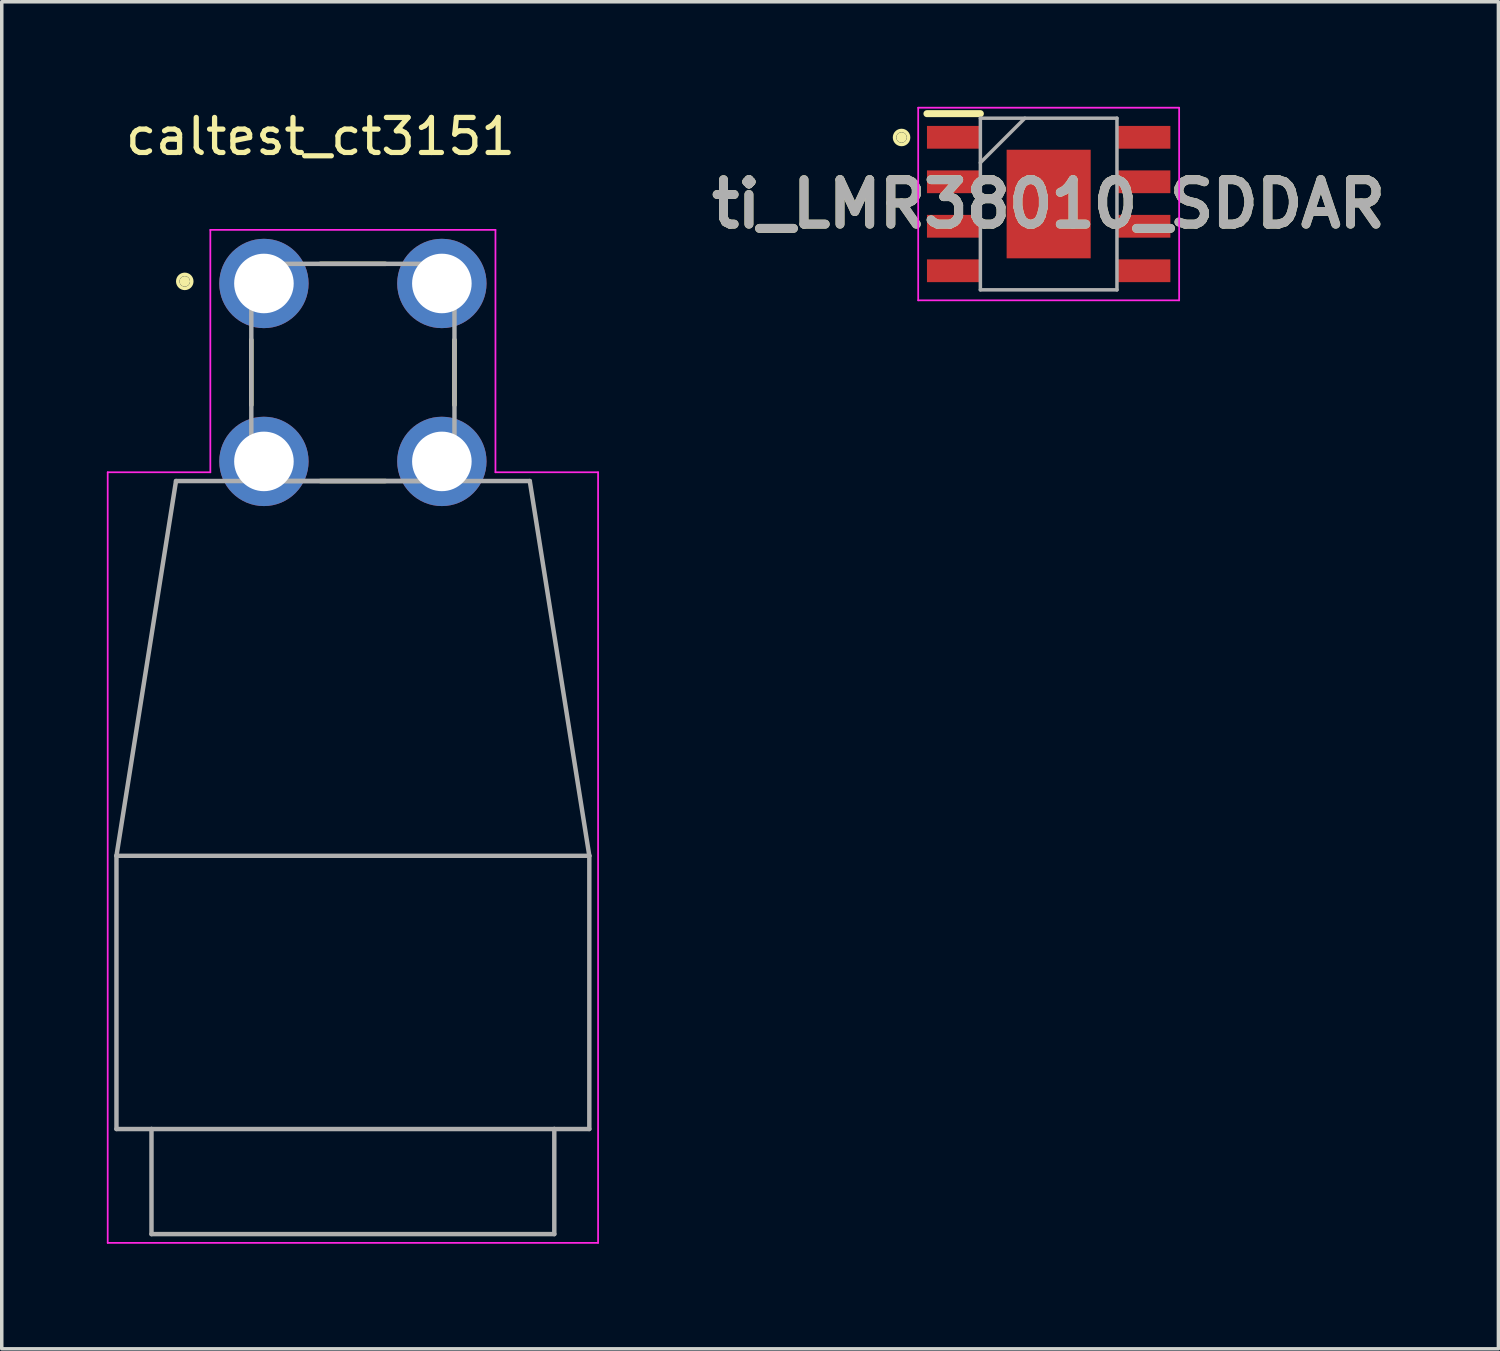
<source format=kicad_pcb>
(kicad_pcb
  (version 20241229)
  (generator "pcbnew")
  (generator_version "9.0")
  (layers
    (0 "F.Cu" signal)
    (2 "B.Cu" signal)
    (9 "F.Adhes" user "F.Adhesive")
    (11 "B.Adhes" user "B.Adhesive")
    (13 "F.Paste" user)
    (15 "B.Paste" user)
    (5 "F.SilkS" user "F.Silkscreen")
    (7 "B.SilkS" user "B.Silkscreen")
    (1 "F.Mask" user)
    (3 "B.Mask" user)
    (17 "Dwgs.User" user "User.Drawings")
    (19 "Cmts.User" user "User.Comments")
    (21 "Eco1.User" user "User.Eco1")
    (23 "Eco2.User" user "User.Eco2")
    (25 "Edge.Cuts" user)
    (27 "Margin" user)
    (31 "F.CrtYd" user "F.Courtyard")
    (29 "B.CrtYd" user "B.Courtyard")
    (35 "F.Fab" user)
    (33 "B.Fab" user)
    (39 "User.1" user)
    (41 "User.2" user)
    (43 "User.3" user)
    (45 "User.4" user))
  (footprint "caltest_ct3151"
    (layer "F.Cu")
    (at 7.025 7.583)
    (property "Reference" "caltest_ct3151" (at -0.925 -6.735 0) (layer "F.SilkS") (effects (font (size 1 1) (thickness 0.15))))
    (attr through_hole)
    (fp_line (start -2.9 -0.93) (end -2.9 0.93) (stroke (width 0.127) (type solid)) (layer "F.SilkS"))
    (fp_line (start -0.93 -3.1) (end 0.93 -3.1) (stroke (width 0.127) (type solid)) (layer "F.SilkS"))
    (fp_line (start -0.93 3.1) (end 0.93 3.1) (stroke (width 0.127) (type solid)) (layer "F.SilkS"))
    (fp_line (start 2.9 -0.93) (end 2.9 0.93) (stroke (width 0.127) (type solid)) (layer "F.SilkS"))
    (fp_circle (center -4.8 -2.6) (end -4.8 -2.6) (stroke (width 0.1) (type default)) (fill no) (layer "F.SilkS"))
    (fp_circle (center -4.8 -2.6) (end -4.7 -2.6) (stroke (width 0.1) (type default)) (fill no) (layer "F.SilkS"))
    (fp_circle (center -4.8 -2.6) (end -4.6 -2.6) (stroke (width 0.1) (type default)) (fill no) (layer "F.SilkS"))
    (fp_line (start -7 2.85) (end -4.07 2.85) (stroke (width 0.05) (type solid)) (layer "F.CrtYd"))
    (fp_line (start -7 24.85) (end -7 2.85) (stroke (width 0.05) (type solid)) (layer "F.CrtYd"))
    (fp_line (start -4.07 -4.07) (end 4.07 -4.07) (stroke (width 0.05) (type solid)) (layer "F.CrtYd"))
    (fp_line (start -4.07 2.85) (end -4.07 -4.07) (stroke (width 0.05) (type solid)) (layer "F.CrtYd"))
    (fp_line (start 4.07 -4.07) (end 4.07 2.85) (stroke (width 0.05) (type solid)) (layer "F.CrtYd"))
    (fp_line (start 4.07 2.85) (end 7 2.85) (stroke (width 0.05) (type solid)) (layer "F.CrtYd"))
    (fp_line (start 7 2.85) (end 7 24.85) (stroke (width 0.05) (type solid)) (layer "F.CrtYd"))
    (fp_line (start 7 24.85) (end -7 24.85) (stroke (width 0.05) (type solid)) (layer "F.CrtYd"))
    (fp_line (start -6.75 13.8) (end -6.75 21.6) (stroke (width 0.127) (type solid)) (layer "F.Fab"))
    (fp_line (start -6.75 13.8) (end 6.75 13.8) (stroke (width 0.127) (type solid)) (layer "F.Fab"))
    (fp_line (start -6.75 21.6) (end -5.75 21.6) (stroke (width 0.127) (type solid)) (layer "F.Fab"))
    (fp_line (start -5.75 21.6) (end -5.75 24.6) (stroke (width 0.127) (type solid)) (layer "F.Fab"))
    (fp_line (start -5.75 21.6) (end 5.75 21.6) (stroke (width 0.127) (type solid)) (layer "F.Fab"))
    (fp_line (start -5.75 24.6) (end 5.75 24.6) (stroke (width 0.127) (type solid)) (layer "F.Fab"))
    (fp_line (start -5.05 3.1) (end -6.75 13.8) (stroke (width 0.127) (type solid)) (layer "F.Fab"))
    (fp_line (start -5.05 3.1) (end 5.05 3.1) (stroke (width 0.127) (type solid)) (layer "F.Fab"))
    (fp_line (start -2.9 -3.1) (end 2.9 -3.1) (stroke (width 0.127) (type solid)) (layer "F.Fab"))
    (fp_line (start -2.9 3.1) (end -2.9 -3.1) (stroke (width 0.127) (type solid)) (layer "F.Fab"))
    (fp_line (start 2.9 -3.1) (end 2.9 3.1) (stroke (width 0.127) (type solid)) (layer "F.Fab"))
    (fp_line (start 2.9 3.1) (end -2.9 3.1) (stroke (width 0.127) (type solid)) (layer "F.Fab"))
    (fp_line (start 5.05 3.1) (end 6.75 13.8) (stroke (width 0.127) (type solid)) (layer "F.Fab"))
    (fp_line (start 5.75 21.6) (end 6.75 21.6) (stroke (width 0.127) (type solid)) (layer "F.Fab"))
    (fp_line (start 5.75 24.6) (end 5.75 21.6) (stroke (width 0.127) (type solid)) (layer "F.Fab"))
    (fp_line (start 6.75 21.6) (end 6.75 13.8) (stroke (width 0.127) (type solid)) (layer "F.Fab"))
    (pad "1" thru_hole circle (at -2.54 -2.54) (size 2.55 2.55) (drill 1.7) (layers "*.Cu" "*.Mask"))
    (pad "2" thru_hole circle (at 2.54 -2.54) (size 2.55 2.55) (drill 1.7) (layers "*.Cu" "*.Mask"))
    (pad "3" thru_hole circle (at -2.54 2.54) (size 2.55 2.55) (drill 1.7) (layers "*.Cu" "*.Mask"))
    (pad "4" thru_hole circle (at 2.54 2.54) (size 2.55 2.55) (drill 1.7) (layers "*.Cu" "*.Mask")))
  (footprint "ti_LMR38010_SDDAR"
    (layer "F.Cu")
    (at 26.889 2.775)
    (property "Reference" "ti_LMR38010_SDDAR" (at 0 0 0) (layer "F.SilkS") (effects (font (size 1.27 1.27) (thickness 0.254))))
    (attr smd)
    (fp_line (start -3.475 -2.58) (end -1.95 -2.58) (stroke (width 0.2) (type solid)) (layer "F.SilkS"))
    (fp_circle (center -4.2 -1.9) (end -4.2 -1.9) (stroke (width 0.1) (type default)) (fill no) (layer "F.SilkS"))
    (fp_circle (center -4.2 -1.9) (end -4.1 -1.9) (stroke (width 0.1) (type default)) (fill no) (layer "F.SilkS"))
    (fp_circle (center -4.2 -1.9) (end -4 -1.9) (stroke (width 0.1) (type default)) (fill no) (layer "F.SilkS"))
    (fp_line (start -3.725 -2.75) (end 3.725 -2.75) (stroke (width 0.05) (type solid)) (layer "F.CrtYd"))
    (fp_line (start -3.725 2.75) (end -3.725 -2.75) (stroke (width 0.05) (type solid)) (layer "F.CrtYd"))
    (fp_line (start 3.725 -2.75) (end 3.725 2.75) (stroke (width 0.05) (type solid)) (layer "F.CrtYd"))
    (fp_line (start 3.725 2.75) (end -3.725 2.75) (stroke (width 0.05) (type solid)) (layer "F.CrtYd"))
    (fp_line (start -1.95 -2.45) (end 1.95 -2.45) (stroke (width 0.1) (type solid)) (layer "F.Fab"))
    (fp_line (start -1.95 -1.18) (end -0.68 -2.45) (stroke (width 0.1) (type solid)) (layer "F.Fab"))
    (fp_line (start -1.95 2.45) (end -1.95 -2.45) (stroke (width 0.1) (type solid)) (layer "F.Fab"))
    (fp_line (start 1.95 -2.45) (end 1.95 2.45) (stroke (width 0.1) (type solid)) (layer "F.Fab"))
    (fp_line (start 1.95 2.45) (end -1.95 2.45) (stroke (width 0.1) (type solid)) (layer "F.Fab"))
    (fp_text user "${REFERENCE}" (at 0 0 0) (layer "F.Fab") (effects (font (size 1.27 1.27) (thickness 0.254))))
    (pad "1" smd rect (at -2.712 -1.905 90) (size 0.65 1.525) (layers "F.Cu" "F.Mask" "F.Paste"))
    (pad "2" smd rect (at -2.712 -0.635 90) (size 0.65 1.525) (layers "F.Cu" "F.Mask" "F.Paste"))
    (pad "3" smd rect (at -2.712 0.635 90) (size 0.65 1.525) (layers "F.Cu" "F.Mask" "F.Paste"))
    (pad "4" smd rect (at -2.712 1.905 90) (size 0.65 1.525) (layers "F.Cu" "F.Mask" "F.Paste"))
    (pad "5" smd rect (at 2.712 1.905 90) (size 0.65 1.525) (layers "F.Cu" "F.Mask" "F.Paste"))
    (pad "6" smd rect (at 2.712 0.635 90) (size 0.65 1.525) (layers "F.Cu" "F.Mask" "F.Paste"))
    (pad "7" smd rect (at 2.712 -0.635 90) (size 0.65 1.525) (layers "F.Cu" "F.Mask" "F.Paste"))
    (pad "8" smd rect (at 2.712 -1.905 90) (size 0.65 1.525) (layers "F.Cu" "F.Mask" "F.Paste"))
    (pad "9" smd rect (at 0 0) (size 2.4 3.1) (layers "F.Cu" "F.Mask" "F.Paste")))
  (gr_rect
    (start -3 -3)
    (end 39.729 35.458)
    (stroke (width 0.1) (type default))
    (fill no)
    (layer "Edge.Cuts")))
</source>
